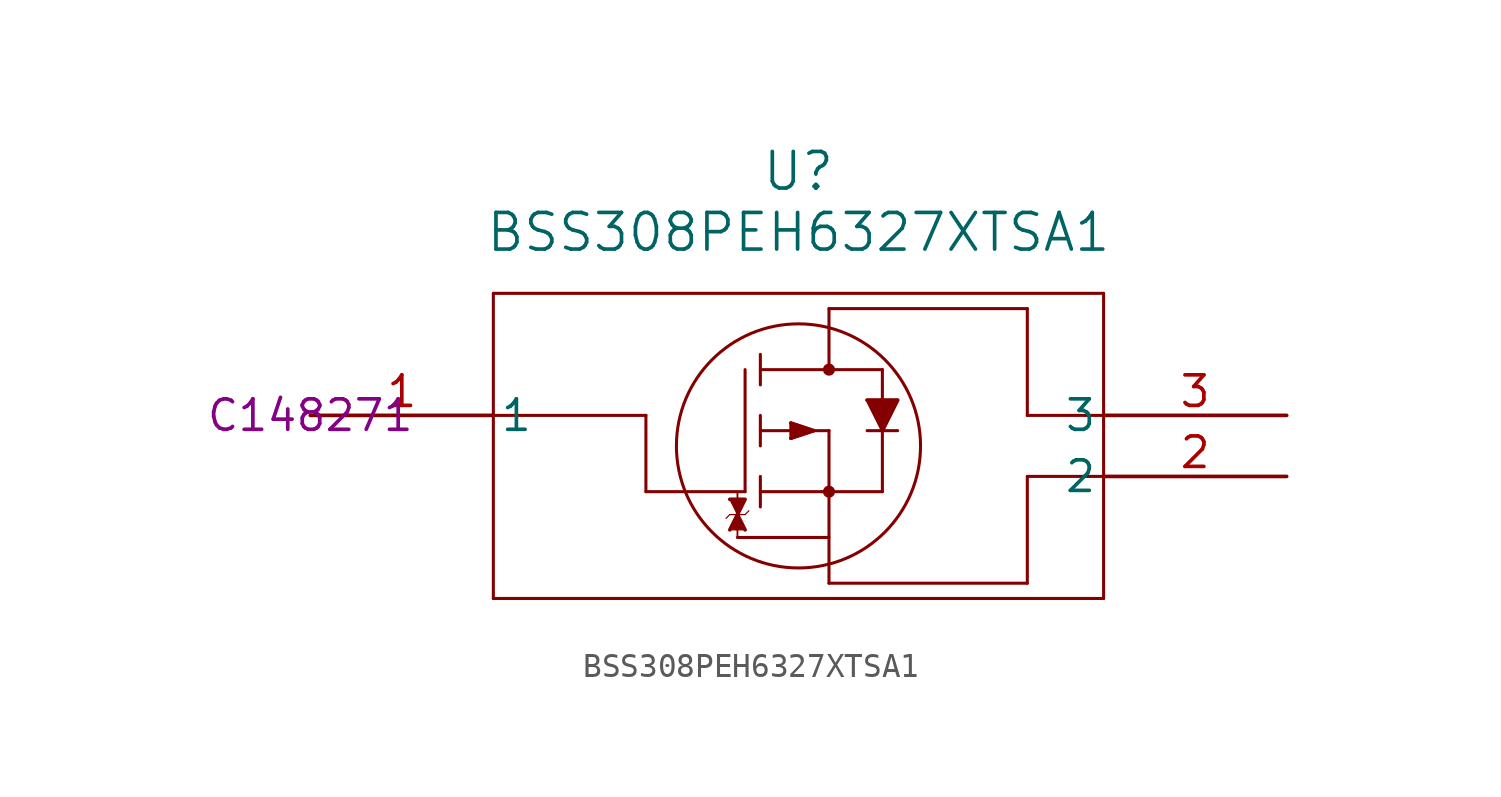
<source format=kicad_sym>
(kicad_symbol_lib
  (version 20220914)
  (generator kicad_symbol_editor)
  (symbol "BSS308PEH6327XTSA1"
    (pin_names
      (offset 0.254))
    (property "Reference" "U"
      (at 20.32 10.16 0)
      (effects (font (size 1.524 1.524))))
    (property "Value" "BSS308PEH6327XTSA1"
      (at 20.32 7.62 0)
      (effects (font (size 1.524 1.524))))
    (property "LCSC" "C148271"
      (at 0 0 0)
      (effects (font (size 1.27 1.27))))
    (symbol "BSS308PEH6327XTSA1_0_1"
      (polyline (pts (xy 7.62 -7.62) (xy 33.02 -7.62)) (stroke (width 0.127) (type default)) (fill (type none)))
      (polyline (pts (xy 7.62 0) (xy 13.97 0)) (stroke (width 0.127) (type default)) (fill (type none)))
      (polyline (pts (xy 7.62 5.08) (xy 7.62 -7.62)) (stroke (width 0.127) (type default)) (fill (type none)))
      (polyline (pts (xy 13.97 0) (xy 13.97 -3.175)) (stroke (width 0.127) (type default)) (fill (type none)))
      (polyline (pts (xy 17.304 -4.286) (xy 17.462 -4.128)) (stroke (width 0.051) (type default)) (fill (type none)))
      (polyline (pts (xy 17.462 -4.763) (xy 17.78 -4.128)) (stroke (width 0.051) (type default)) (fill (type none)))
      (polyline (pts (xy 17.462 -4.763) (xy 18.098 -4.763)) (stroke (width 0.051) (type default)) (fill (type none)))
      (polyline (pts (xy 17.462 -4.128) (xy 18.098 -4.128)) (stroke (width 0.051) (type default)) (fill (type none)))
      (polyline (pts (xy 17.462 -3.493) (xy 17.78 -4.128)) (stroke (width 0.051) (type default)) (fill (type none)))
      (polyline (pts (xy 17.462 -3.493) (xy 18.098 -3.493)) (stroke (width 0.051) (type default)) (fill (type none)))
      (polyline (pts (xy 17.78 -5.08) (xy 21.59 -5.08)) (stroke (width 0.127) (type default)) (fill (type none)))
      (polyline (pts (xy 17.78 -4.128) (xy 18.098 -4.763)) (stroke (width 0.051) (type default)) (fill (type none)))
      (polyline (pts (xy 17.78 -3.175) (xy 17.78 -5.08)) (stroke (width 0.076) (type default)) (fill (type none)))
      (polyline (pts (xy 18.098 -4.128) (xy 18.256 -3.969)) (stroke (width 0.051) (type default)) (fill (type none)))
      (polyline (pts (xy 18.098 -3.493) (xy 17.78 -4.128)) (stroke (width 0.051) (type default)) (fill (type none)))
      (polyline (pts (xy 18.098 -3.175) (xy 13.97 -3.175)) (stroke (width 0.127) (type default)) (fill (type none)))
      (polyline (pts (xy 18.098 -3.175) (xy 18.098 1.905)) (stroke (width 0.127) (type default)) (fill (type none)))
      (polyline (pts (xy 18.733 -3.175) (xy 21.273 -3.175)) (stroke (width 0.127) (type default)) (fill (type none)))
      (polyline (pts (xy 18.733 -2.54) (xy 18.733 -3.81)) (stroke (width 0.127) (type default)) (fill (type none)))
      (polyline (pts (xy 18.733 0) (xy 18.733 -1.27)) (stroke (width 0.127) (type default)) (fill (type none)))
      (polyline (pts (xy 18.733 1.905) (xy 23.812 1.905)) (stroke (width 0.127) (type default)) (fill (type none)))
      (polyline (pts (xy 18.733 2.54) (xy 18.733 1.27)) (stroke (width 0.127) (type default)) (fill (type none)))
      (polyline (pts (xy 20.003 -0.953) (xy 20.955 -0.635)) (stroke (width 0.127) (type default)) (fill (type none)))
      (polyline (pts (xy 20.003 -0.318) (xy 20.003 -0.953)) (stroke (width 0.127) (type default)) (fill (type none)))
      (polyline (pts (xy 20.003 -0.318) (xy 20.955 -0.635)) (stroke (width 0.127) (type default)) (fill (type none)))
      (polyline (pts (xy 21.59 -6.985) (xy 29.845 -6.985)) (stroke (width 0.127) (type default)) (fill (type none)))
      (polyline (pts (xy 21.59 -0.635) (xy 18.733 -0.635)) (stroke (width 0.127) (type default)) (fill (type none)))
      (polyline (pts (xy 21.59 -0.635) (xy 21.59 -6.985)) (stroke (width 0.127) (type default)) (fill (type none)))
      (polyline (pts (xy 21.59 1.905) (xy 21.59 4.445)) (stroke (width 0.127) (type default)) (fill (type none)))
      (polyline (pts (xy 21.59 4.445) (xy 29.845 4.445)) (stroke (width 0.127) (type default)) (fill (type none)))
      (polyline (pts (xy 23.177 -0.635) (xy 24.448 -0.635)) (stroke (width 0.127) (type default)) (fill (type none)))
      (polyline (pts (xy 23.177 0.635) (xy 23.812 -0.635)) (stroke (width 0.127) (type default)) (fill (type none)))
      (polyline (pts (xy 23.177 0.635) (xy 24.448 0.635)) (stroke (width 0.127) (type default)) (fill (type none)))
      (polyline (pts (xy 23.812 -3.175) (xy 21.273 -3.175)) (stroke (width 0.127) (type default)) (fill (type none)))
      (polyline (pts (xy 23.812 -0.635) (xy 24.448 0.635)) (stroke (width 0.127) (type default)) (fill (type none)))
      (polyline (pts (xy 23.812 1.905) (xy 23.812 -3.175)) (stroke (width 0.127) (type default)) (fill (type none)))
      (polyline (pts (xy 29.845 -6.985) (xy 29.845 -2.54)) (stroke (width 0.127) (type default)) (fill (type none)))
      (polyline (pts (xy 29.845 0) (xy 29.845 4.445)) (stroke (width 0.127) (type default)) (fill (type none)))
      (polyline (pts (xy 29.845 0) (xy 33.02 0)) (stroke (width 0.127) (type default)) (fill (type none)))
      (polyline (pts (xy 33.02 -7.62) (xy 33.02 5.08)) (stroke (width 0.127) (type default)) (fill (type none)))
      (polyline (pts (xy 33.02 -2.54) (xy 29.845 -2.54)) (stroke (width 0.127) (type default)) (fill (type none)))
      (polyline (pts (xy 33.02 5.08) (xy 7.62 5.08)) (stroke (width 0.127) (type default)) (fill (type none)))
      (polyline (pts (xy 17.462 -4.763) (xy 17.78 -4.128) (xy 18.098 -4.763)) (stroke (width 0) (type default)) (fill (type outline)))
      (polyline (pts (xy 17.462 -3.493) (xy 18.098 -3.493) (xy 17.78 -4.128)) (stroke (width 0) (type default)) (fill (type outline)))
      (polyline (pts (xy 20.003 -0.318) (xy 20.955 -0.635) (xy 20.003 -0.953)) (stroke (width 0) (type default)) (fill (type outline)))
      (polyline (pts (xy 23.177 0.635) (xy 24.448 0.635) (xy 23.812 -0.635)) (stroke (width 0) (type default)) (fill (type outline)))
      (circle (center 20.32 -1.27) (radius 5.08) (stroke (width 0.127) (type default)) (fill (type none)))
      (circle (center 21.59 -3.175) (radius 0.127) (stroke (width 0.254) (type default)) (fill (type none)))
      (circle (center 21.59 1.905) (radius 0.127) (stroke (width 0.254) (type default)) (fill (type none)))
      (pin unspecified line (at 0 0 0) (length 7.62) (name "1" (effects (font (size 1.27 1.27)))) (number "1" (effects (font (size 1.27 1.27)))))
      (pin unspecified line (at 40.64 -2.54 180) (length 7.62) (name "2" (effects (font (size 1.27 1.27)))) (number "2" (effects (font (size 1.27 1.27)))))
      (pin unspecified line (at 40.64 0 180) (length 7.62) (name "3" (effects (font (size 1.27 1.27)))) (number "3" (effects (font (size 1.27 1.27))))))))
</source>
